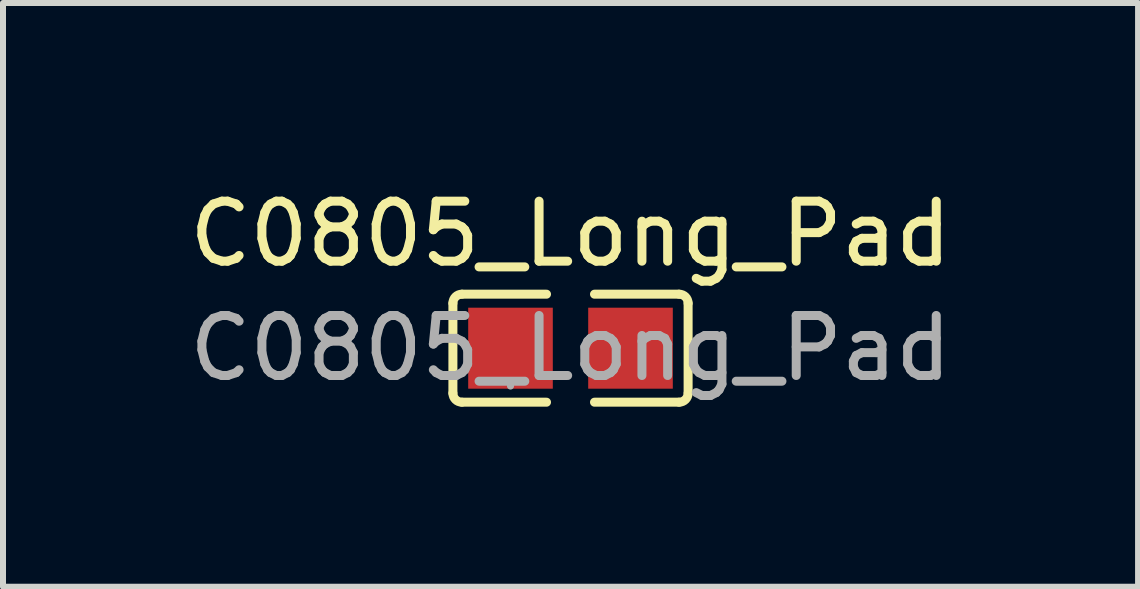
<source format=kicad_pcb>
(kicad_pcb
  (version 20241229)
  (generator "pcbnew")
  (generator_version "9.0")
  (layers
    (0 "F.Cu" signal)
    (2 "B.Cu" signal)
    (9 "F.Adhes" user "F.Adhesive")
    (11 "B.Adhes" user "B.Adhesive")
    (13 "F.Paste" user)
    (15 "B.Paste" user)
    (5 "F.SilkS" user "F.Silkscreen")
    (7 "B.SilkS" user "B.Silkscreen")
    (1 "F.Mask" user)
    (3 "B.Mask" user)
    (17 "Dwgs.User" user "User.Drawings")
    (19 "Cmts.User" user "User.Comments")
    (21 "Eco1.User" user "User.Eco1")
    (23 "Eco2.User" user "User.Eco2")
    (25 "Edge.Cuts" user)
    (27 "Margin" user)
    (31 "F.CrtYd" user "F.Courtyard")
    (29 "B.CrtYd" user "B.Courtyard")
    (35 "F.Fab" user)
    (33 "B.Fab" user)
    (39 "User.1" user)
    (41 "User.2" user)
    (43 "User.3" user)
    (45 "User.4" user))
  (footprint "C0805_Long_Pad"
    (layer "F.Cu")
    (at 6.458 2.753)
    (property "Reference" "C0805_Long_Pad" (at 0 -1.905 0) (layer "F.SilkS") (effects (font (size 1 1) (thickness 0.15))))
    (attr smd)
    (fp_line (start -1.96 0.75) (end -1.96 -0.75) (stroke (width 0.15) (type solid)) (layer "F.SilkS"))
    (fp_line (start -1.81 -0.9) (end -0.4 -0.9) (stroke (width 0.15) (type solid)) (layer "F.SilkS"))
    (fp_line (start -0.4 0.9) (end -1.81 0.9) (stroke (width 0.15) (type solid)) (layer "F.SilkS"))
    (fp_line (start 0.4 0.9) (end 1.81 0.9) (stroke (width 0.15) (type solid)) (layer "F.SilkS"))
    (fp_line (start 1.81 -0.9) (end 0.4 -0.9) (stroke (width 0.15) (type solid)) (layer "F.SilkS"))
    (fp_line (start 1.96 0.75) (end 1.96 -0.75) (stroke (width 0.15) (type solid)) (layer "F.SilkS"))
    (fp_arc (start -1.96 -0.75) (mid -1.916066 -0.856066) (end -1.81 -0.9) (stroke (width 0.15) (type solid)) (layer "F.SilkS"))
    (fp_arc (start -1.81 0.9) (mid -1.916066 0.856066) (end -1.96 0.75) (stroke (width 0.15) (type solid)) (layer "F.SilkS"))
    (fp_arc (start 1.81 -0.9) (mid 1.916066 -0.856066) (end 1.96 -0.75) (stroke (width 0.15) (type solid)) (layer "F.SilkS"))
    (fp_arc (start 1.96 0.75) (mid 1.916066 0.856066) (end 1.81 0.9) (stroke (width 0.15) (type solid)) (layer "F.SilkS"))
    (fp_circle (center -1 0.63) (end -0.97 0.63) (stroke (width 0.06) (type solid)) (fill no) (layer "F.Fab"))
    (fp_text user "${REFERENCE}" (at 0 0 0) (layer "F.Fab") (effects (font (size 1 1) (thickness 0.15))))
    (pad "1" smd rect (at -1 0) (size 1.41 1.35) (layers "F.Cu" "F.Mask" "F.Paste"))
    (pad "2" smd rect (at 1 0) (size 1.41 1.35) (layers "F.Cu" "F.Mask" "F.Paste")))
  (gr_rect
    (start -3 -3)
    (end 15.917 6.728)
    (stroke (width 0.1) (type default))
    (fill no)
    (layer "Edge.Cuts")))
</source>
